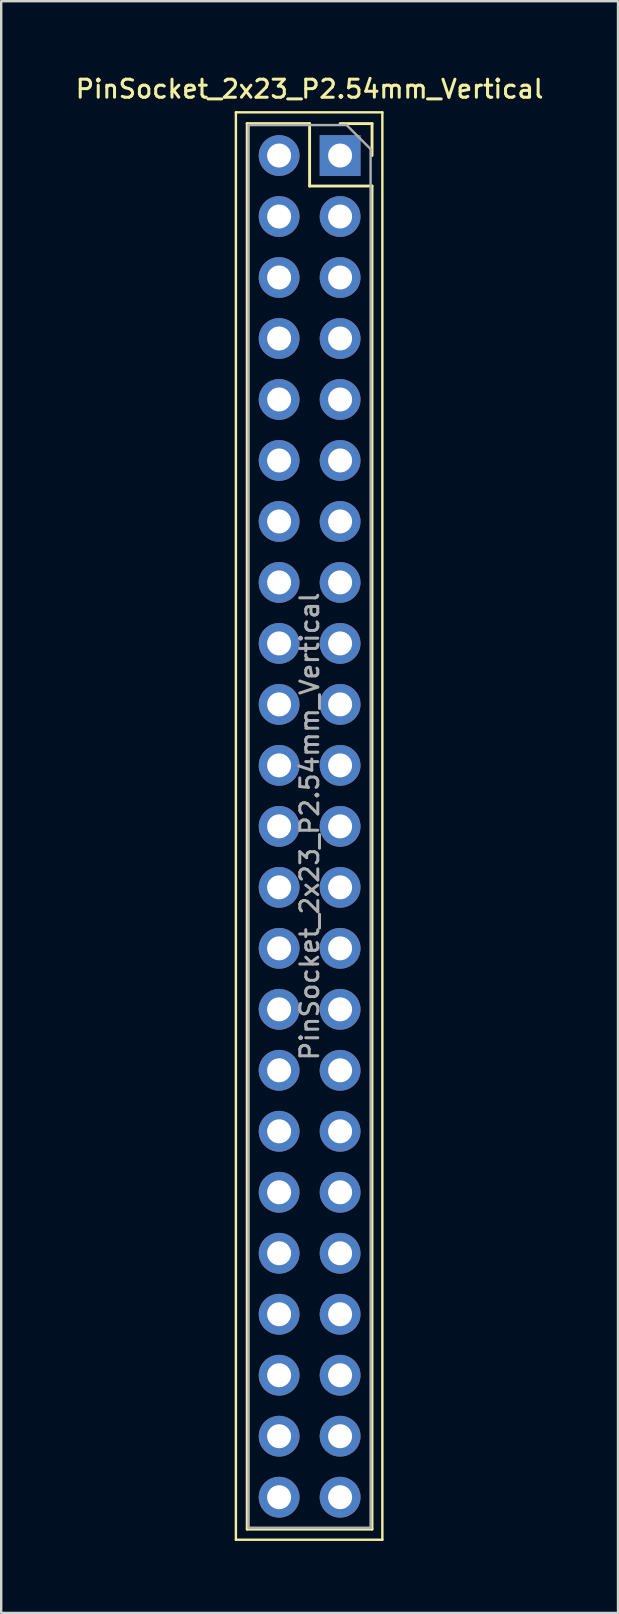
<source format=kicad_pcb>
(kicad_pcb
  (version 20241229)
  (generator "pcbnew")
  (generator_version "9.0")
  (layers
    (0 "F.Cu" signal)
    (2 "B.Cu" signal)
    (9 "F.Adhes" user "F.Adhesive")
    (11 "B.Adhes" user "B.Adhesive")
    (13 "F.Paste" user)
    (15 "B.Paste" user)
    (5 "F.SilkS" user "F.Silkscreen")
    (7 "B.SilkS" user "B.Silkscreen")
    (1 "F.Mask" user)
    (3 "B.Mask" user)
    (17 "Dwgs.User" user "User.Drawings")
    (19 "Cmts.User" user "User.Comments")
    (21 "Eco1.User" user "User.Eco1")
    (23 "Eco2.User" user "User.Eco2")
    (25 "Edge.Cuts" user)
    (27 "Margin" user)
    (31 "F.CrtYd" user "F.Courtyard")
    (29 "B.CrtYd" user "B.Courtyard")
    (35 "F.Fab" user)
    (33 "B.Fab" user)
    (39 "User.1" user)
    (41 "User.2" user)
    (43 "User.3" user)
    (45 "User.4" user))
  (footprint "PinSocket_2x23_P2.54mm_Vertical"
    (layer "F.Cu")
    (at 11.115 3.428)
    (property "Reference" "PinSocket_2x23_P2.54mm_Vertical" (at -1.27 -2.77 0) (layer "F.SilkS") (effects (font (size 0.75 0.75) (thickness 0.125))))
    (attr through_hole)
    (fp_line (start -4.34 -1.8) (end 1.76 -1.8) (stroke (width 0.1) (type solid)) (layer "F.SilkS"))
    (fp_line (start -4.34 57.65) (end -4.34 -1.8) (stroke (width 0.1) (type solid)) (layer "F.SilkS"))
    (fp_line (start -3.87 -1.33) (end -3.87 57.21) (stroke (width 0.12) (type solid)) (layer "F.SilkS"))
    (fp_line (start -3.87 -1.33) (end -1.27 -1.33) (stroke (width 0.12) (type solid)) (layer "F.SilkS"))
    (fp_line (start -3.87 57.21) (end 1.33 57.21) (stroke (width 0.12) (type solid)) (layer "F.SilkS"))
    (fp_line (start -1.27 -1.33) (end -1.27 1.27) (stroke (width 0.12) (type solid)) (layer "F.SilkS"))
    (fp_line (start -1.27 1.27) (end 1.33 1.27) (stroke (width 0.12) (type solid)) (layer "F.SilkS"))
    (fp_line (start 0 -1.33) (end 1.33 -1.33) (stroke (width 0.12) (type solid)) (layer "F.SilkS"))
    (fp_line (start 1.33 -1.33) (end 1.33 0) (stroke (width 0.12) (type solid)) (layer "F.SilkS"))
    (fp_line (start 1.33 1.27) (end 1.33 57.21) (stroke (width 0.12) (type solid)) (layer "F.SilkS"))
    (fp_line (start 1.76 -1.8) (end 1.76 57.65) (stroke (width 0.1) (type solid)) (layer "F.SilkS"))
    (fp_line (start 1.76 57.65) (end -4.34 57.65) (stroke (width 0.1) (type solid)) (layer "F.SilkS"))
    (fp_line (start -3.81 -1.27) (end 0.27 -1.27) (stroke (width 0.1) (type solid)) (layer "F.Fab"))
    (fp_line (start -3.81 57.15) (end -3.81 -1.27) (stroke (width 0.1) (type solid)) (layer "F.Fab"))
    (fp_line (start 0.27 -1.27) (end 1.27 -0.27) (stroke (width 0.1) (type solid)) (layer "F.Fab"))
    (fp_line (start 1.27 -0.27) (end 1.27 57.15) (stroke (width 0.1) (type solid)) (layer "F.Fab"))
    (fp_line (start 1.27 57.15) (end -3.81 57.15) (stroke (width 0.1) (type solid)) (layer "F.Fab"))
    (fp_text user "${REFERENCE}" (at -1.27 27.94 90) (layer "F.Fab") (effects (font (size 0.75 0.75) (thickness 0.125))))
    (pad "1" thru_hole rect (at 0 0) (size 1.7 1.7) (drill 1) (layers "*.Cu" "*.Mask"))
    (pad "2" thru_hole oval (at -2.54 0) (size 1.7 1.7) (drill 1) (layers "*.Cu" "*.Mask"))
    (pad "3" thru_hole oval (at 0 2.54) (size 1.7 1.7) (drill 1) (layers "*.Cu" "*.Mask"))
    (pad "4" thru_hole oval (at -2.54 2.54) (size 1.7 1.7) (drill 1) (layers "*.Cu" "*.Mask"))
    (pad "5" thru_hole oval (at 0 5.08) (size 1.7 1.7) (drill 1) (layers "*.Cu" "*.Mask"))
    (pad "6" thru_hole oval (at -2.54 5.08) (size 1.7 1.7) (drill 1) (layers "*.Cu" "*.Mask"))
    (pad "7" thru_hole oval (at 0 7.62) (size 1.7 1.7) (drill 1) (layers "*.Cu" "*.Mask"))
    (pad "8" thru_hole oval (at -2.54 7.62) (size 1.7 1.7) (drill 1) (layers "*.Cu" "*.Mask"))
    (pad "9" thru_hole oval (at 0 10.16) (size 1.7 1.7) (drill 1) (layers "*.Cu" "*.Mask"))
    (pad "10" thru_hole oval (at -2.54 10.16) (size 1.7 1.7) (drill 1) (layers "*.Cu" "*.Mask"))
    (pad "11" thru_hole oval (at 0 12.7) (size 1.7 1.7) (drill 1) (layers "*.Cu" "*.Mask"))
    (pad "12" thru_hole oval (at -2.54 12.7) (size 1.7 1.7) (drill 1) (layers "*.Cu" "*.Mask"))
    (pad "13" thru_hole oval (at 0 15.24) (size 1.7 1.7) (drill 1) (layers "*.Cu" "*.Mask"))
    (pad "14" thru_hole oval (at -2.54 15.24) (size 1.7 1.7) (drill 1) (layers "*.Cu" "*.Mask"))
    (pad "15" thru_hole oval (at 0 17.78) (size 1.7 1.7) (drill 1) (layers "*.Cu" "*.Mask"))
    (pad "16" thru_hole oval (at -2.54 17.78) (size 1.7 1.7) (drill 1) (layers "*.Cu" "*.Mask"))
    (pad "17" thru_hole oval (at 0 20.32) (size 1.7 1.7) (drill 1) (layers "*.Cu" "*.Mask"))
    (pad "18" thru_hole oval (at -2.54 20.32) (size 1.7 1.7) (drill 1) (layers "*.Cu" "*.Mask"))
    (pad "19" thru_hole oval (at 0 22.86) (size 1.7 1.7) (drill 1) (layers "*.Cu" "*.Mask"))
    (pad "20" thru_hole oval (at -2.54 22.86) (size 1.7 1.7) (drill 1) (layers "*.Cu" "*.Mask"))
    (pad "21" thru_hole oval (at 0 25.4) (size 1.7 1.7) (drill 1) (layers "*.Cu" "*.Mask"))
    (pad "22" thru_hole oval (at -2.54 25.4) (size 1.7 1.7) (drill 1) (layers "*.Cu" "*.Mask"))
    (pad "23" thru_hole oval (at 0 27.94) (size 1.7 1.7) (drill 1) (layers "*.Cu" "*.Mask"))
    (pad "24" thru_hole oval (at -2.54 27.94) (size 1.7 1.7) (drill 1) (layers "*.Cu" "*.Mask"))
    (pad "25" thru_hole oval (at 0 30.48) (size 1.7 1.7) (drill 1) (layers "*.Cu" "*.Mask"))
    (pad "26" thru_hole oval (at -2.54 30.48) (size 1.7 1.7) (drill 1) (layers "*.Cu" "*.Mask"))
    (pad "27" thru_hole oval (at 0 33.02) (size 1.7 1.7) (drill 1) (layers "*.Cu" "*.Mask"))
    (pad "28" thru_hole oval (at -2.54 33.02) (size 1.7 1.7) (drill 1) (layers "*.Cu" "*.Mask"))
    (pad "29" thru_hole oval (at 0 35.56) (size 1.7 1.7) (drill 1) (layers "*.Cu" "*.Mask"))
    (pad "30" thru_hole oval (at -2.54 35.56) (size 1.7 1.7) (drill 1) (layers "*.Cu" "*.Mask"))
    (pad "31" thru_hole oval (at 0 38.1) (size 1.7 1.7) (drill 1) (layers "*.Cu" "*.Mask"))
    (pad "32" thru_hole oval (at -2.54 38.1) (size 1.7 1.7) (drill 1) (layers "*.Cu" "*.Mask"))
    (pad "33" thru_hole oval (at 0 40.64) (size 1.7 1.7) (drill 1) (layers "*.Cu" "*.Mask"))
    (pad "34" thru_hole oval (at -2.54 40.64) (size 1.7 1.7) (drill 1) (layers "*.Cu" "*.Mask"))
    (pad "35" thru_hole oval (at 0 43.18) (size 1.7 1.7) (drill 1) (layers "*.Cu" "*.Mask"))
    (pad "36" thru_hole oval (at -2.54 43.18) (size 1.7 1.7) (drill 1) (layers "*.Cu" "*.Mask"))
    (pad "37" thru_hole oval (at 0 45.72) (size 1.7 1.7) (drill 1) (layers "*.Cu" "*.Mask"))
    (pad "38" thru_hole oval (at -2.54 45.72) (size 1.7 1.7) (drill 1) (layers "*.Cu" "*.Mask"))
    (pad "39" thru_hole oval (at 0 48.26) (size 1.7 1.7) (drill 1) (layers "*.Cu" "*.Mask"))
    (pad "40" thru_hole oval (at -2.54 48.26) (size 1.7 1.7) (drill 1) (layers "*.Cu" "*.Mask"))
    (pad "41" thru_hole oval (at 0 50.8) (size 1.7 1.7) (drill 1) (layers "*.Cu" "*.Mask"))
    (pad "42" thru_hole oval (at -2.54 50.8) (size 1.7 1.7) (drill 1) (layers "*.Cu" "*.Mask"))
    (pad "43" thru_hole oval (at 0 53.34) (size 1.7 1.7) (drill 1) (layers "*.Cu" "*.Mask"))
    (pad "44" thru_hole oval (at -2.54 53.34) (size 1.7 1.7) (drill 1) (layers "*.Cu" "*.Mask"))
    (pad "45" thru_hole oval (at 0 55.88) (size 1.7 1.7) (drill 1) (layers "*.Cu" "*.Mask"))
    (pad "46" thru_hole oval (at -2.54 55.88) (size 1.7 1.7) (drill 1) (layers "*.Cu" "*.Mask")))
  (gr_rect
    (start -3 -3)
    (end 22.689 64.128)
    (stroke (width 0.1) (type default))
    (fill no)
    (layer "Edge.Cuts")))
</source>
